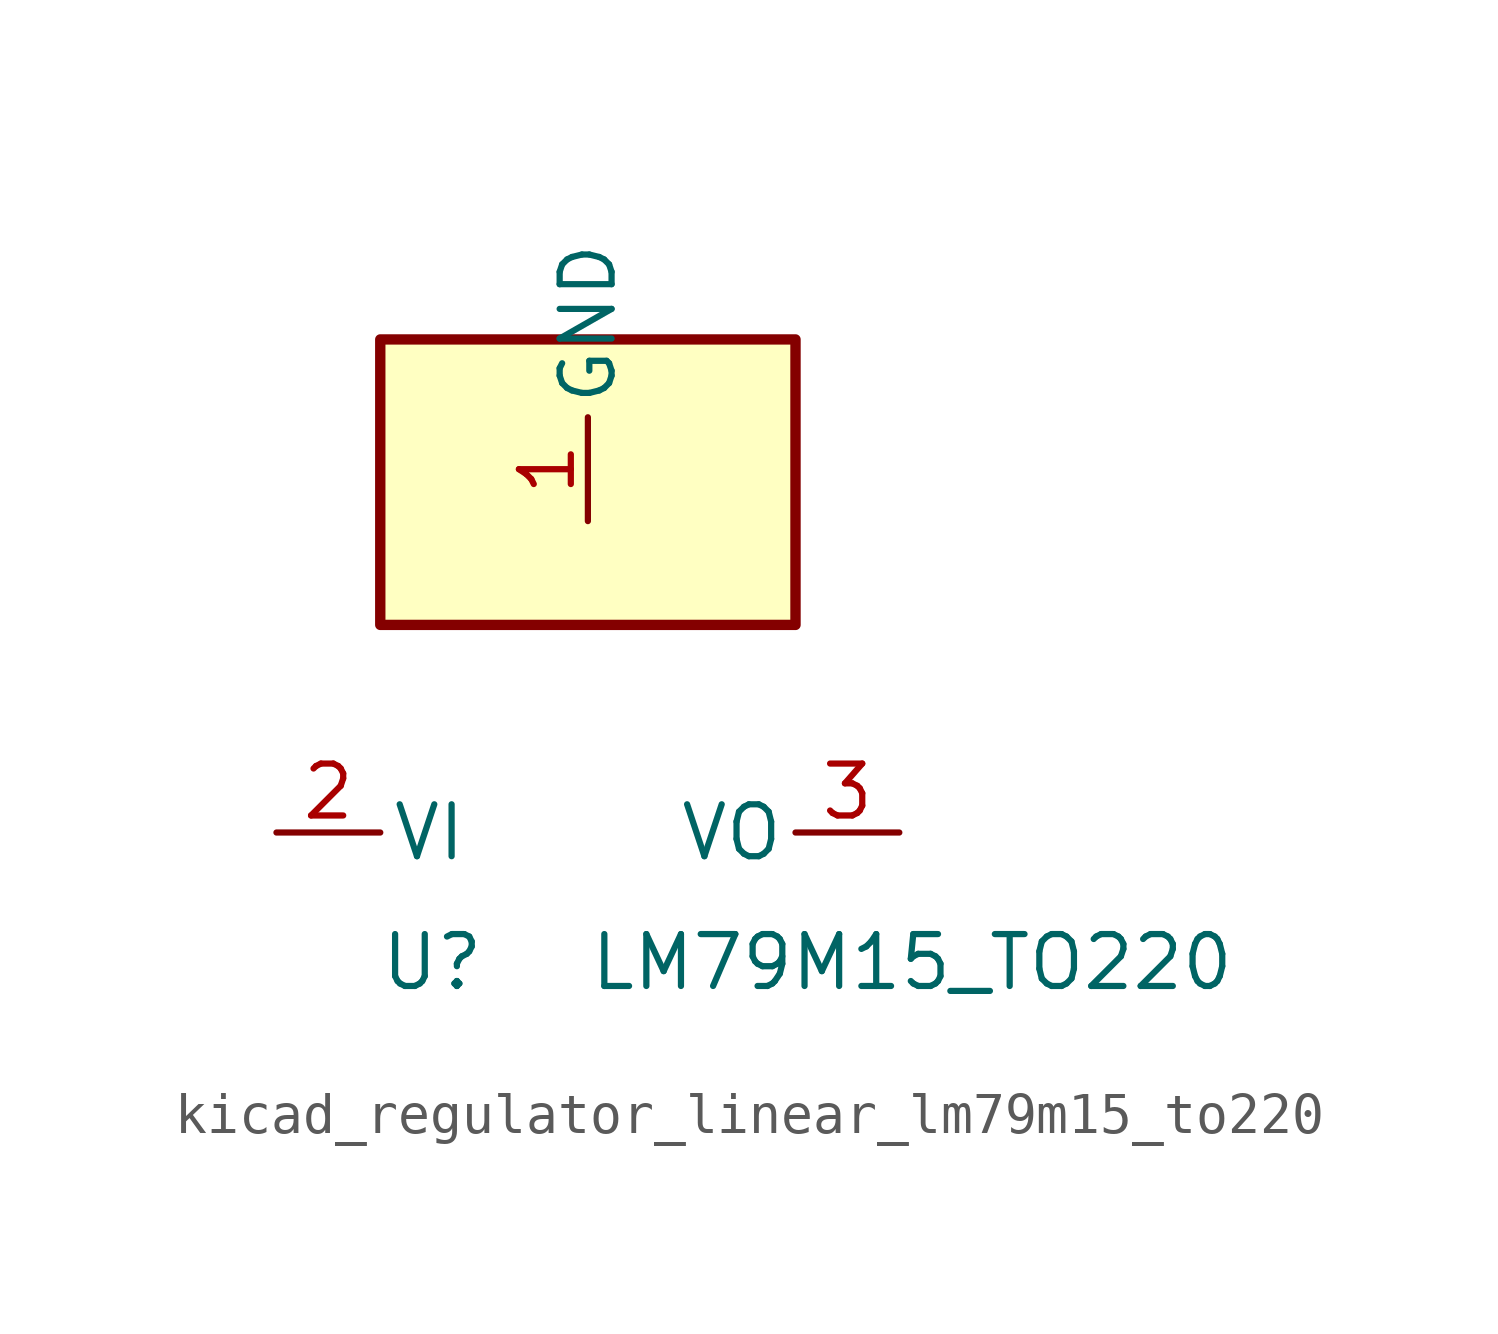
<source format=kicad_sym>
(kicad_symbol_lib
  (version 20220914)
  (generator kicad_symbol_editor)
  (symbol "kicad_regulator_linear_lm79m15_to220"
    (pin_names
      (offset 0.254))
    (property "Reference" "U"
      (at -3.81 -3.175 0)
      (effects (font (size 1.27 1.27))))
    (property "Value" "LM79M15_TO220"
      (at 0 -3.175 0)
      (effects (font (size 1.27 1.27)) (justify left)))
    (symbol "kicad_regulator_linear_lm79m15_to220_0_1"
      (rectangle (start 5.08 12.065) (end -5.08 5.08) (stroke (width 0.254) (type default)) (fill (type background))))
    (symbol "kicad_regulator_linear_lm79m15_to220_1_1"
      (pin power_in line (at 0 7.62 90) (length 2.54) (name "GND" (effects (font (size 1.27 1.27)))) (number "1" (effects (font (size 1.27 1.27)))))
      (pin power_in line (at -7.62 0 0) (length 2.54) (name "VI" (effects (font (size 1.27 1.27)))) (number "2" (effects (font (size 1.27 1.27)))))
      (pin power_out line (at 7.62 0 180) (length 2.54) (name "VO" (effects (font (size 1.27 1.27)))) (number "3" (effects (font (size 1.27 1.27))))))))
</source>
